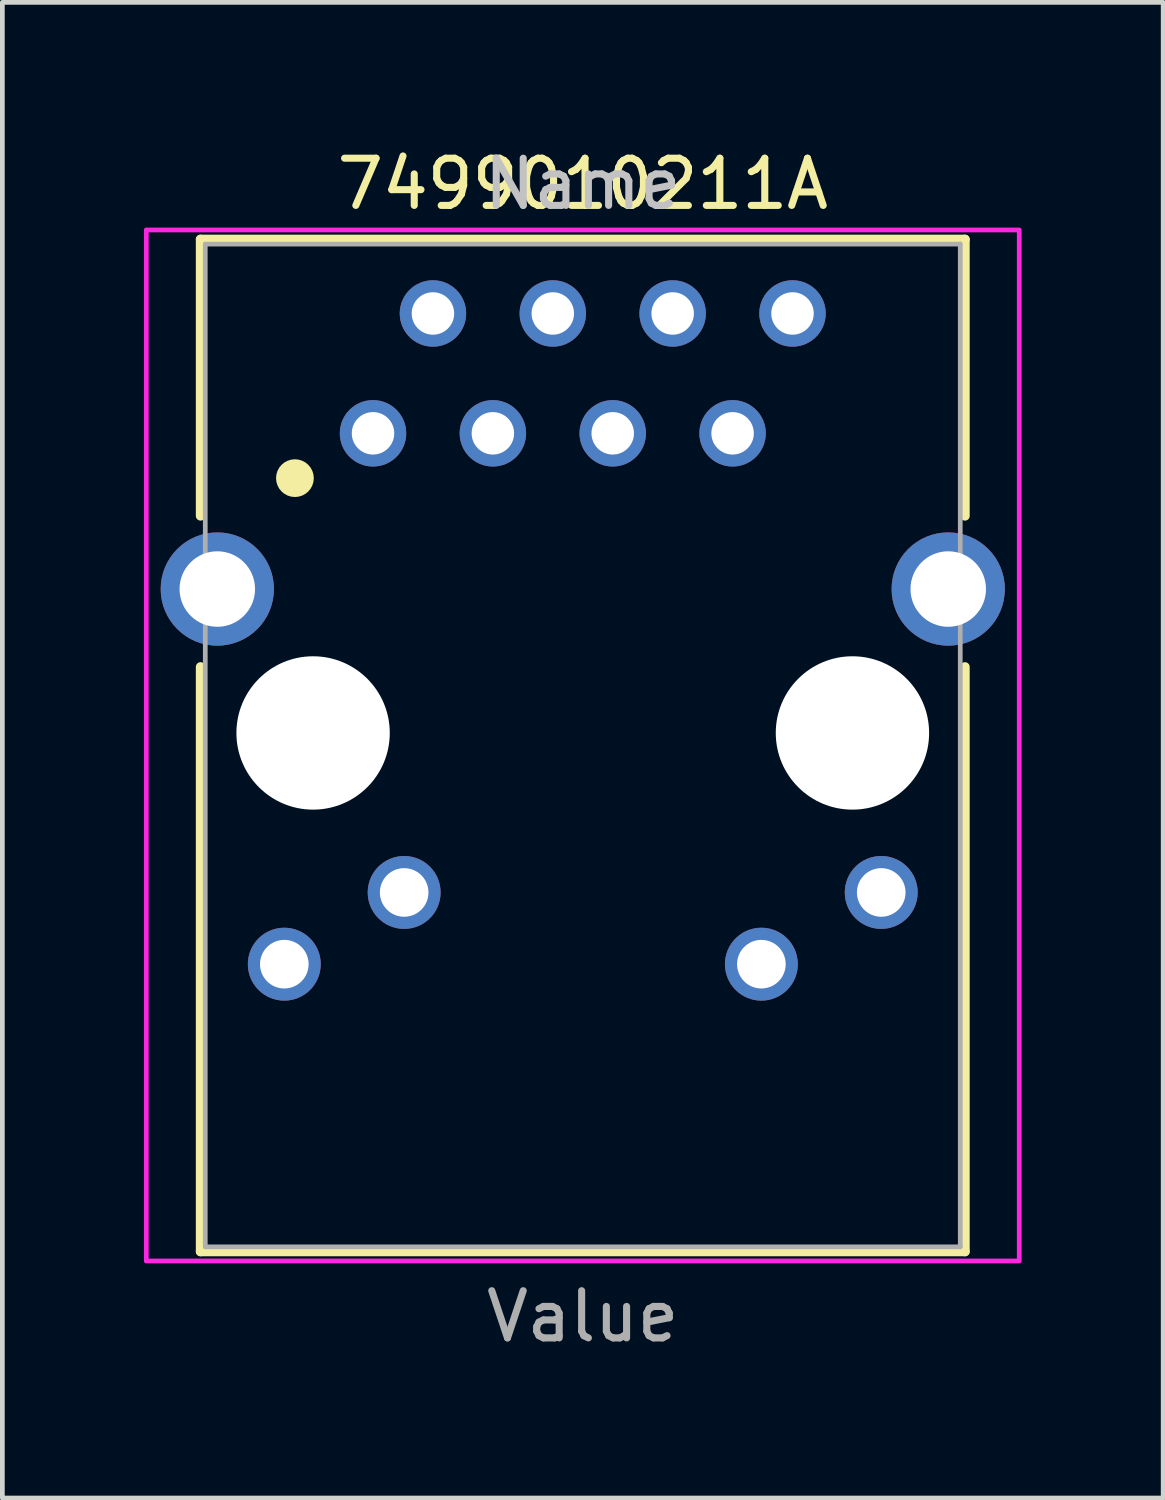
<source format=kicad_pcb>
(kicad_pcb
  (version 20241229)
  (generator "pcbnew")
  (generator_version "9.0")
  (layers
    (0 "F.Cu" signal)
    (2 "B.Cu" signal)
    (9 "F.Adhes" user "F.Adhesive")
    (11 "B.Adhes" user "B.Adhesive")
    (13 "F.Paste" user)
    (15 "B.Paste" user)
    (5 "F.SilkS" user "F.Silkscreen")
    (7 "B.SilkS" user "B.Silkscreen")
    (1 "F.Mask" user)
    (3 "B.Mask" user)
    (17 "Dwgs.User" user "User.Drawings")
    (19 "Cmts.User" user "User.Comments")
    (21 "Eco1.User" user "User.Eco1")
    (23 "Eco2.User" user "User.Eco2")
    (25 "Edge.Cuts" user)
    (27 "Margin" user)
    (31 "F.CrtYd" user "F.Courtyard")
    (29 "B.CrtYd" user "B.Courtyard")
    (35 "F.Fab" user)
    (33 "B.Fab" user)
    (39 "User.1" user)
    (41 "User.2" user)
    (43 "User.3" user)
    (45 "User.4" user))
  (footprint "7499010211A"
    (layer "F.Cu")
    (at 9.3 12.483)
    (property "Reference" "7499010211A" (at 0 -11.635 0) (layer "F.SilkS") (effects (font (size 1 1) (thickness 0.15))))
    (attr through_hole)
    (fp_line (start -8.1 -4.6) (end -8.1 -10.46) (stroke (width 0.2) (type solid)) (layer "F.SilkS"))
    (fp_line (start -8.1 -1.4) (end -8.1 10.99) (stroke (width 0.2) (type solid)) (layer "F.SilkS"))
    (fp_line (start -8.1 10.99) (end 8.1 10.99) (stroke (width 0.2) (type solid)) (layer "F.SilkS"))
    (fp_line (start 8.1 -10.46) (end -8.1 -10.46) (stroke (width 0.2) (type solid)) (layer "F.SilkS"))
    (fp_line (start 8.1 -4.6) (end 8.1 -10.46) (stroke (width 0.2) (type solid)) (layer "F.SilkS"))
    (fp_line (start 8.1 -1.4) (end 8.1 10.99) (stroke (width 0.2) (type solid)) (layer "F.SilkS"))
    (fp_circle (center -6.1 -5.4) (end -5.9 -5.4) (stroke (width 0.4) (type solid)) (fill no) (layer "F.SilkS"))
    (fp_poly (pts (xy -9.25 -10.66) (xy 9.25 -10.66) (xy 9.25 11.19) (xy -9.25 11.19)) (stroke (width 0.1) (type solid)) (fill no) (layer "F.CrtYd"))
    (fp_line (start -8 -10.36) (end -8 10.89) (stroke (width 0.1) (type solid)) (layer "F.Fab"))
    (fp_line (start -8 -10.36) (end 8 -10.36) (stroke (width 0.1) (type solid)) (layer "F.Fab"))
    (fp_line (start -8 10.89) (end 8 10.89) (stroke (width 0.1) (type solid)) (layer "F.Fab"))
    (fp_line (start 8 10.89) (end 8 -10.36) (stroke (width 0.1) (type solid)) (layer "F.Fab"))
    (fp_text user "Name" (at 0 -11.635 0) (layer "Dwgs.User") (effects (font (size 1 1) (thickness 0.15))))
    (fp_text user "Value" (at 0 12.365 0) (layer "F.Fab") (effects (font (size 1 1) (thickness 0.15))))
    (pad "" np_thru_hole circle (at -5.715 0) (size 3.25 3.25) (drill 3.25) (layers "*.Cu" "*.Mask"))
    (pad "" np_thru_hole circle (at 5.715 0) (size 3.25 3.25) (drill 3.25) (layers "*.Cu" "*.Mask"))
    (pad "1" thru_hole circle (at -4.445 -6.35) (size 1.408 1.408) (drill 0.9) (layers "*.Cu" "*.Mask"))
    (pad "2" thru_hole circle (at -3.175 -8.89) (size 1.408 1.408) (drill 0.9) (layers "*.Cu" "*.Mask"))
    (pad "3" thru_hole circle (at -1.905 -6.35) (size 1.408 1.408) (drill 0.9) (layers "*.Cu" "*.Mask"))
    (pad "4" thru_hole circle (at -0.635 -8.89) (size 1.408 1.408) (drill 0.9) (layers "*.Cu" "*.Mask"))
    (pad "5" thru_hole circle (at 0.635 -6.35) (size 1.408 1.408) (drill 0.9) (layers "*.Cu" "*.Mask"))
    (pad "6" thru_hole circle (at 1.905 -8.89) (size 1.408 1.408) (drill 0.9) (layers "*.Cu" "*.Mask"))
    (pad "7" thru_hole circle (at 3.175 -6.35) (size 1.408 1.408) (drill 0.9) (layers "*.Cu" "*.Mask"))
    (pad "8" thru_hole circle (at 4.445 -8.89) (size 1.408 1.408) (drill 0.9) (layers "*.Cu" "*.Mask"))
    (pad "9" thru_hole circle (at -6.325 4.9) (size 1.545 1.545) (drill 1.03) (layers "*.Cu" "*.Mask"))
    (pad "10" thru_hole circle (at -3.785 3.38) (size 1.545 1.545) (drill 1.03) (layers "*.Cu" "*.Mask"))
    (pad "11" thru_hole circle (at 3.785 4.9) (size 1.545 1.545) (drill 1.03) (layers "*.Cu" "*.Mask"))
    (pad "12" thru_hole circle (at 6.325 3.38) (size 1.545 1.545) (drill 1.03) (layers "*.Cu" "*.Mask"))
    (pad "S1" thru_hole circle (at -7.745 -3.05) (size 2.4 2.4) (drill 1.6) (layers "*.Cu" "*.Mask"))
    (pad "S2" thru_hole circle (at 7.745 -3.05) (size 2.4 2.4) (drill 1.6) (layers "*.Cu" "*.Mask")))
  (gr_rect
    (start -3 -3)
    (end 21.6 28.697)
    (stroke (width 0.1) (type default))
    (fill no)
    (layer "Edge.Cuts")))
</source>
